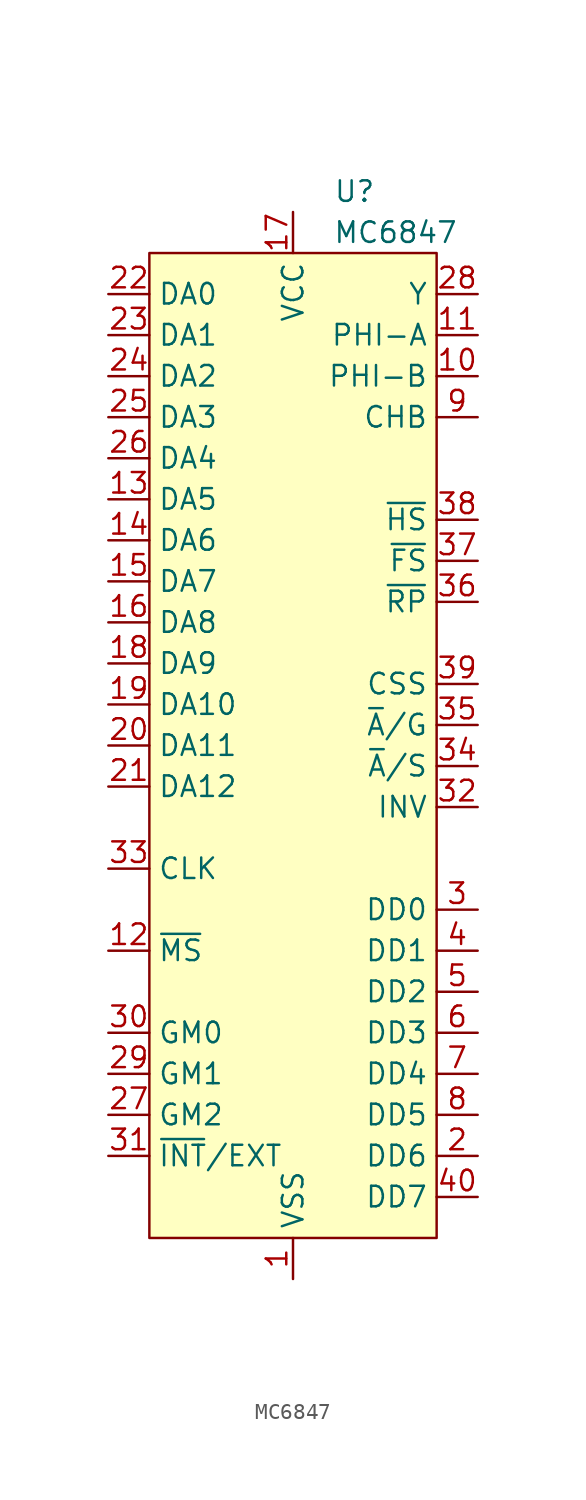
<source format=kicad_sym>
(kicad_symbol_lib
  (version 20220914)
  (generator kicad_symbol_editor)
  (symbol "MC6847"
    (property "Reference" "U"
      (at 3.81 1.27 0)
      (effects (font (size 1.27 1.27))))
    (property "Value" "MC6847"
      (at 6.35 -1.27 0)
      (effects (font (size 1.27 1.27))))
    (symbol "MC6847_1_1"
      (rectangle (start -8.89 -2.54) (end 8.89 -63.5) (stroke (width 0) (type default)) (fill (type background)))
      (pin power_in line (at 0 -66.04 90) (length 2.54) (name "VSS" (effects (font (size 1.27 1.27)))) (number "1" (effects (font (size 1.27 1.27)))))
      (pin output line (at 11.43 -10.16 180) (length 2.54) (name "PHI-B" (effects (font (size 1.27 1.27)))) (number "10" (effects (font (size 1.27 1.27)))))
      (pin output line (at 11.43 -7.62 180) (length 2.54) (name "PHI-A" (effects (font (size 1.27 1.27)))) (number "11" (effects (font (size 1.27 1.27)))))
      (pin input line (at -11.43 -45.72 0) (length 2.54) (name "~{MS}" (effects (font (size 1.27 1.27)))) (number "12" (effects (font (size 1.27 1.27)))))
      (pin output line (at -11.43 -17.78 0) (length 2.54) (name "DA5" (effects (font (size 1.27 1.27)))) (number "13" (effects (font (size 1.27 1.27)))))
      (pin output line (at -11.43 -20.32 0) (length 2.54) (name "DA6" (effects (font (size 1.27 1.27)))) (number "14" (effects (font (size 1.27 1.27)))))
      (pin output line (at -11.43 -22.86 0) (length 2.54) (name "DA7" (effects (font (size 1.27 1.27)))) (number "15" (effects (font (size 1.27 1.27)))))
      (pin output line (at -11.43 -25.4 0) (length 2.54) (name "DA8" (effects (font (size 1.27 1.27)))) (number "16" (effects (font (size 1.27 1.27)))))
      (pin power_in line (at 0 0 270) (length 2.54) (name "VCC" (effects (font (size 1.27 1.27)))) (number "17" (effects (font (size 1.27 1.27)))))
      (pin output line (at -11.43 -27.94 0) (length 2.54) (name "DA9" (effects (font (size 1.27 1.27)))) (number "18" (effects (font (size 1.27 1.27)))))
      (pin output line (at -11.43 -30.48 0) (length 2.54) (name "DA10" (effects (font (size 1.27 1.27)))) (number "19" (effects (font (size 1.27 1.27)))))
      (pin input line (at 11.43 -58.42 180) (length 2.54) (name "DD6" (effects (font (size 1.27 1.27)))) (number "2" (effects (font (size 1.27 1.27)))))
      (pin output line (at -11.43 -33.02 0) (length 2.54) (name "DA11" (effects (font (size 1.27 1.27)))) (number "20" (effects (font (size 1.27 1.27)))))
      (pin output line (at -11.43 -35.56 0) (length 2.54) (name "DA12" (effects (font (size 1.27 1.27)))) (number "21" (effects (font (size 1.27 1.27)))))
      (pin output line (at -11.43 -5.08 0) (length 2.54) (name "DA0" (effects (font (size 1.27 1.27)))) (number "22" (effects (font (size 1.27 1.27)))))
      (pin output line (at -11.43 -7.62 0) (length 2.54) (name "DA1" (effects (font (size 1.27 1.27)))) (number "23" (effects (font (size 1.27 1.27)))))
      (pin output line (at -11.43 -10.16 0) (length 2.54) (name "DA2" (effects (font (size 1.27 1.27)))) (number "24" (effects (font (size 1.27 1.27)))))
      (pin output line (at -11.43 -12.7 0) (length 2.54) (name "DA3" (effects (font (size 1.27 1.27)))) (number "25" (effects (font (size 1.27 1.27)))))
      (pin output line (at -11.43 -15.24 0) (length 2.54) (name "DA4" (effects (font (size 1.27 1.27)))) (number "26" (effects (font (size 1.27 1.27)))))
      (pin input line (at -11.43 -55.88 0) (length 2.54) (name "GM2" (effects (font (size 1.27 1.27)))) (number "27" (effects (font (size 1.27 1.27)))))
      (pin output line (at 11.43 -5.08 180) (length 2.54) (name "Y" (effects (font (size 1.27 1.27)))) (number "28" (effects (font (size 1.27 1.27)))))
      (pin input line (at -11.43 -53.34 0) (length 2.54) (name "GM1" (effects (font (size 1.27 1.27)))) (number "29" (effects (font (size 1.27 1.27)))))
      (pin input line (at 11.43 -43.18 180) (length 2.54) (name "DD0" (effects (font (size 1.27 1.27)))) (number "3" (effects (font (size 1.27 1.27)))))
      (pin input line (at -11.43 -50.8 0) (length 2.54) (name "GM0" (effects (font (size 1.27 1.27)))) (number "30" (effects (font (size 1.27 1.27)))))
      (pin input line (at -11.43 -58.42 0) (length 2.54) (name "~{INT}/EXT" (effects (font (size 1.27 1.27)))) (number "31" (effects (font (size 1.27 1.27)))))
      (pin input line (at 11.43 -36.83 180) (length 2.54) (name "INV" (effects (font (size 1.27 1.27)))) (number "32" (effects (font (size 1.27 1.27)))))
      (pin input line (at -11.43 -40.64 0) (length 2.54) (name "CLK" (effects (font (size 1.27 1.27)))) (number "33" (effects (font (size 1.27 1.27)))))
      (pin input line (at 11.43 -34.29 180) (length 2.54) (name "~{A}/S" (effects (font (size 1.27 1.27)))) (number "34" (effects (font (size 1.27 1.27)))))
      (pin input line (at 11.43 -31.75 180) (length 2.54) (name "~{A}/G" (effects (font (size 1.27 1.27)))) (number "35" (effects (font (size 1.27 1.27)))))
      (pin output line (at 11.43 -24.13 180) (length 2.54) (name "~{RP}" (effects (font (size 1.27 1.27)))) (number "36" (effects (font (size 1.27 1.27)))))
      (pin output line (at 11.43 -21.59 180) (length 2.54) (name "~{FS}" (effects (font (size 1.27 1.27)))) (number "37" (effects (font (size 1.27 1.27)))))
      (pin output line (at 11.43 -19.05 180) (length 2.54) (name "~{HS}" (effects (font (size 1.27 1.27)))) (number "38" (effects (font (size 1.27 1.27)))))
      (pin input line (at 11.43 -29.21 180) (length 2.54) (name "CSS" (effects (font (size 1.27 1.27)))) (number "39" (effects (font (size 1.27 1.27)))))
      (pin input line (at 11.43 -45.72 180) (length 2.54) (name "DD1" (effects (font (size 1.27 1.27)))) (number "4" (effects (font (size 1.27 1.27)))))
      (pin input line (at 11.43 -60.96 180) (length 2.54) (name "DD7" (effects (font (size 1.27 1.27)))) (number "40" (effects (font (size 1.27 1.27)))))
      (pin input line (at 11.43 -48.26 180) (length 2.54) (name "DD2" (effects (font (size 1.27 1.27)))) (number "5" (effects (font (size 1.27 1.27)))))
      (pin input line (at 11.43 -50.8 180) (length 2.54) (name "DD3" (effects (font (size 1.27 1.27)))) (number "6" (effects (font (size 1.27 1.27)))))
      (pin input line (at 11.43 -53.34 180) (length 2.54) (name "DD4" (effects (font (size 1.27 1.27)))) (number "7" (effects (font (size 1.27 1.27)))))
      (pin input line (at 11.43 -55.88 180) (length 2.54) (name "DD5" (effects (font (size 1.27 1.27)))) (number "8" (effects (font (size 1.27 1.27)))))
      (pin output line (at 11.43 -12.7 180) (length 2.54) (name "CHB" (effects (font (size 1.27 1.27)))) (number "9" (effects (font (size 1.27 1.27))))))))
</source>
